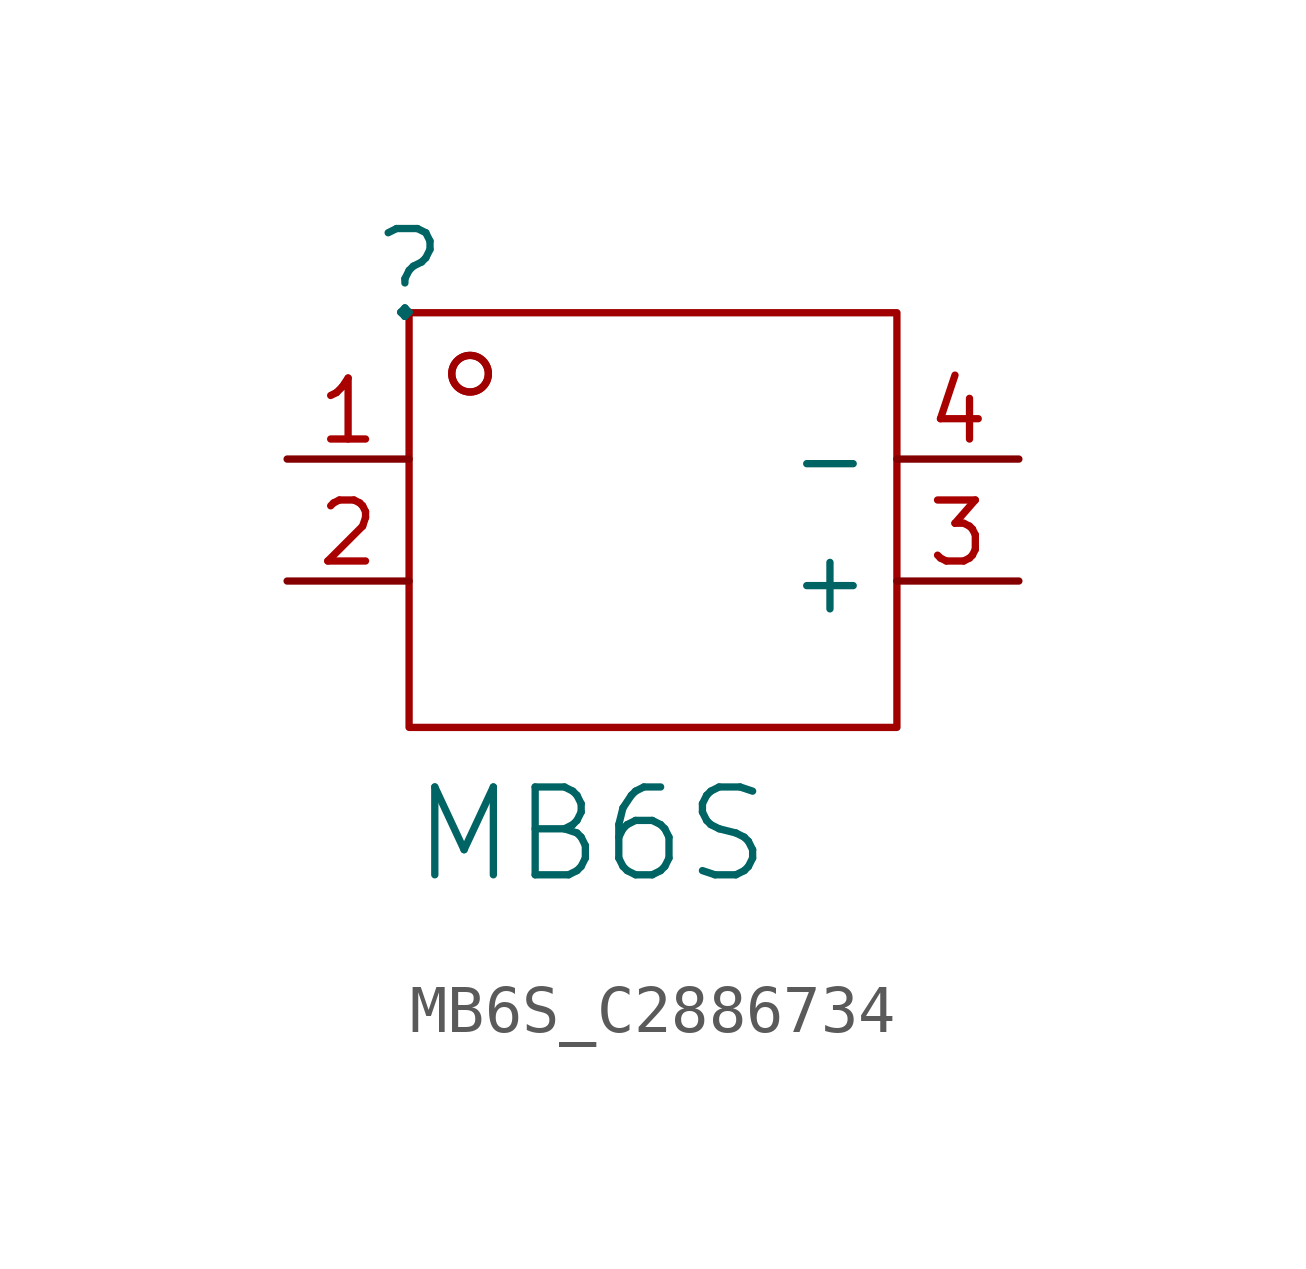
<source format=kicad_sym>
(kicad_symbol_lib
  (version 20241209)
  (generator "kicad_symbol_editor")
  (generator_version "9.0")
  (symbol "MB6S_C2886734"
    (property "Reference" ""
      (at -5.08 6.35 0)
      (effects (font (size 1.829 1.829))))
    (property "Value" "${MANUFACTURER PART}"
      (at -5.08 -6.35 0)
      (effects (font (size 1.829 1.829)) (justify left bottom)))
    (property "Manufacturer Part" "MB6S"
      (at 0 0 0)
      (effects (font (size 1.27 1.27)) (justify left bottom) (hide yes)))
    (symbol "MB6S_C2886734_1_0"
      (rectangle (start -5.08 5.588) (end 5.08 -3.048) (stroke (width 0) (type solid) (color 160 0 0 1)) (fill (type none)))
      (circle (center -3.81 4.318) (radius 0.381) (stroke (width 0) (type solid) (color 160 0 0 1)) (fill (type none)))
      (circle (center -3.81 4.318) (radius 0.381) (stroke (width 0) (type solid) (color 160 0 0 1)) (fill (type none)))
      (pin passive line (at -7.62 2.54 0) (length 2.54) (name "" (effects (font (size 1.27 1.27)))) (number "1" (effects (font (size 1.27 1.27)))))
      (pin passive line (at -7.62 0 0) (length 2.54) (name "" (effects (font (size 1.27 1.27)))) (number "2" (effects (font (size 1.27 1.27)))))
      (pin passive line (at 7.62 2.54 180) (length 2.54) (name "-" (effects (font (size 1.27 1.27)))) (number "4" (effects (font (size 1.27 1.27)))))
      (pin passive line (at 7.62 0 180) (length 2.54) (name "+" (effects (font (size 1.27 1.27)))) (number "3" (effects (font (size 1.27 1.27))))))))
</source>
